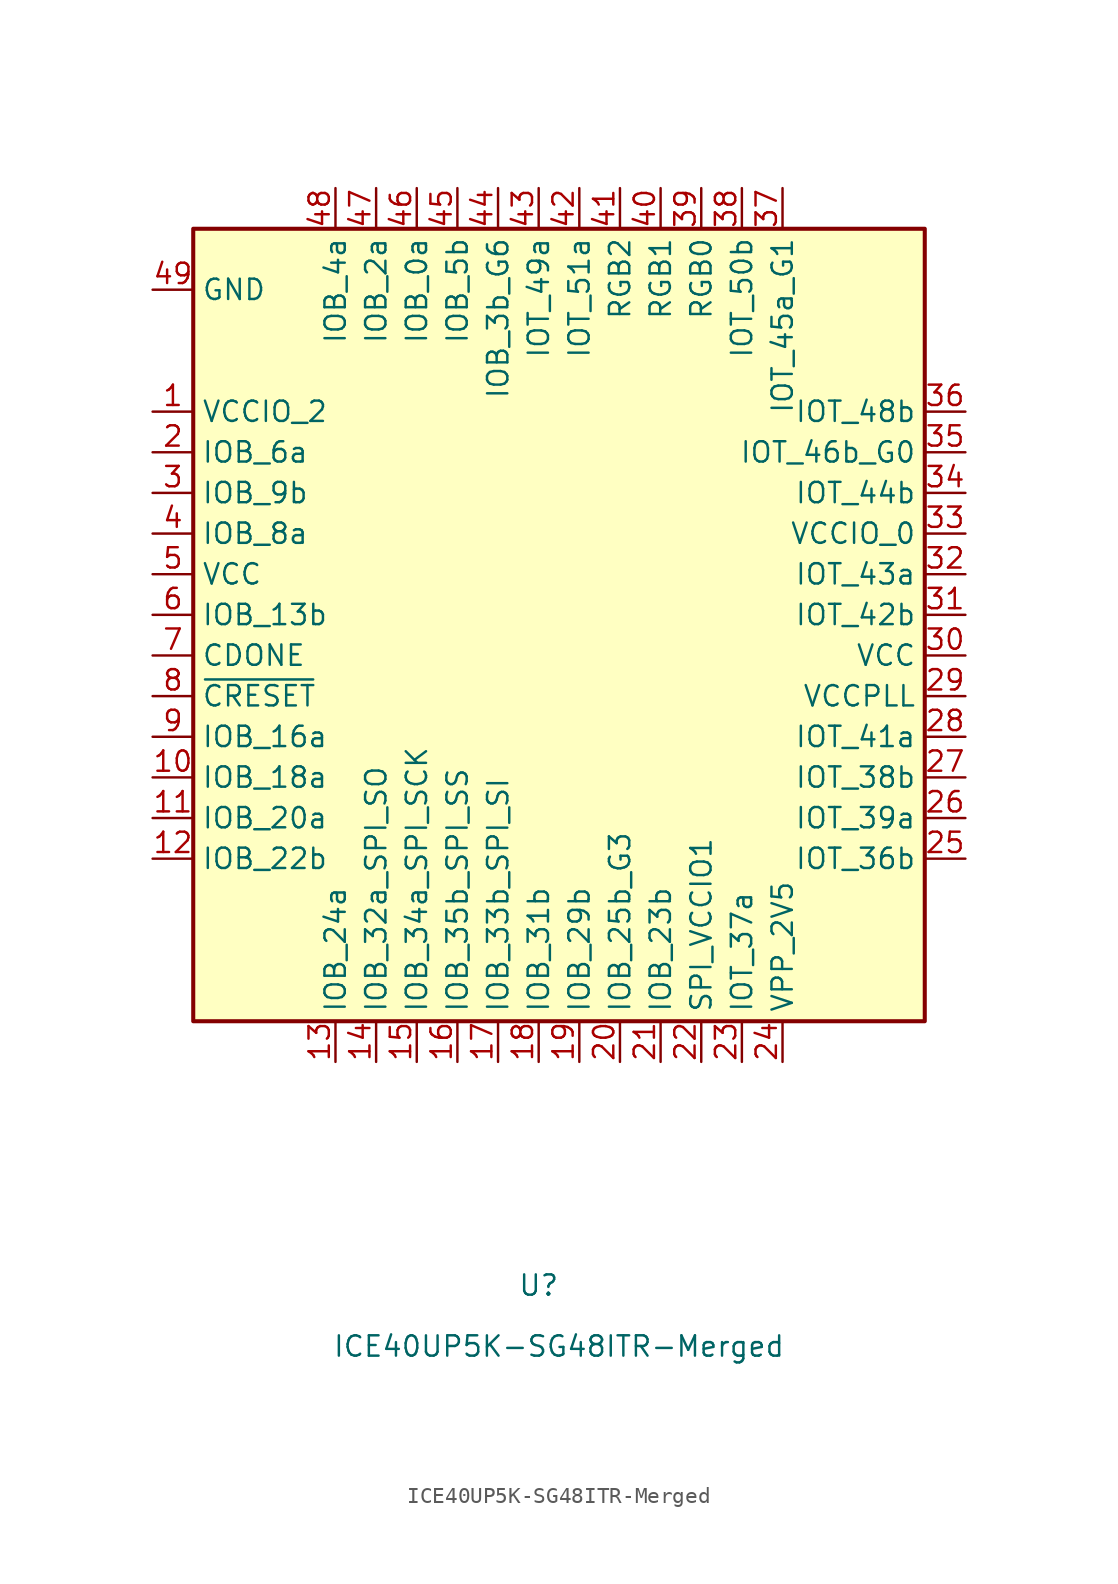
<source format=kicad_sym>
(kicad_symbol_lib
  (version 20201005)
  (generator kicad_symbol_editor)
  (symbol "ICE40UP5K-SG48ITR-Merged"
    (property "Reference" "U"
      (at -1.27 -43.18 0)
      (effects (font (size 1.27 1.27))))
    (property "Value" "ICE40UP5K-SG48ITR-Merged"
      (at 0 -46.99 0)
      (effects (font (size 1.27 1.27))))
    (symbol "ICE40UP5K-SG48ITR-Merged_1_1"
      (rectangle (start -22.86 22.86) (end 22.86 -26.67) (stroke (width 0.254)) (fill (type background)))
      (pin power_in line (at -25.4 11.43 0) (length 2.54) (name "VCCIO_2" (effects (font (size 1.27 1.27)))) (number "1" (effects (font (size 1.27 1.27)))))
      (pin bidirectional line (at -25.4 -11.43 0) (length 2.54) (name "IOB_18a" (effects (font (size 1.27 1.27)))) (number "10" (effects (font (size 1.27 1.27)))))
      (pin bidirectional line (at -25.4 -13.97 0) (length 2.54) (name "IOB_20a" (effects (font (size 1.27 1.27)))) (number "11" (effects (font (size 1.27 1.27)))))
      (pin bidirectional line (at -25.4 -16.51 0) (length 2.54) (name "IOB_22b" (effects (font (size 1.27 1.27)))) (number "12" (effects (font (size 1.27 1.27)))))
      (pin bidirectional line (at -13.97 -29.21 90) (length 2.54) (name "IOB_24a" (effects (font (size 1.27 1.27)))) (number "13" (effects (font (size 1.27 1.27)))))
      (pin bidirectional line (at -11.43 -29.21 90) (length 2.54) (name "IOB_32a_SPI_SO" (effects (font (size 1.27 1.27)))) (number "14" (effects (font (size 1.27 1.27)))))
      (pin bidirectional line (at -8.89 -29.21 90) (length 2.54) (name "IOB_34a_SPI_SCK" (effects (font (size 1.27 1.27)))) (number "15" (effects (font (size 1.27 1.27)))))
      (pin bidirectional line (at -6.35 -29.21 90) (length 2.54) (name "IOB_35b_SPI_SS" (effects (font (size 1.27 1.27)))) (number "16" (effects (font (size 1.27 1.27)))))
      (pin bidirectional line (at -3.81 -29.21 90) (length 2.54) (name "IOB_33b_SPI_SI" (effects (font (size 1.27 1.27)))) (number "17" (effects (font (size 1.27 1.27)))))
      (pin bidirectional line (at -1.27 -29.21 90) (length 2.54) (name "IOB_31b" (effects (font (size 1.27 1.27)))) (number "18" (effects (font (size 1.27 1.27)))))
      (pin bidirectional line (at 1.27 -29.21 90) (length 2.54) (name "IOB_29b" (effects (font (size 1.27 1.27)))) (number "19" (effects (font (size 1.27 1.27)))))
      (pin bidirectional line (at -25.4 8.89 0) (length 2.54) (name "IOB_6a" (effects (font (size 1.27 1.27)))) (number "2" (effects (font (size 1.27 1.27)))))
      (pin bidirectional line (at 3.81 -29.21 90) (length 2.54) (name "IOB_25b_G3" (effects (font (size 1.27 1.27)))) (number "20" (effects (font (size 1.27 1.27)))))
      (pin bidirectional line (at 6.35 -29.21 90) (length 2.54) (name "IOB_23b" (effects (font (size 1.27 1.27)))) (number "21" (effects (font (size 1.27 1.27)))))
      (pin power_in line (at 8.89 -29.21 90) (length 2.54) (name "SPI_VCCIO1" (effects (font (size 1.27 1.27)))) (number "22" (effects (font (size 1.27 1.27)))))
      (pin bidirectional line (at 11.43 -29.21 90) (length 2.54) (name "IOT_37a" (effects (font (size 1.27 1.27)))) (number "23" (effects (font (size 1.27 1.27)))))
      (pin input line (at 13.97 -29.21 90) (length 2.54) (name "VPP_2V5" (effects (font (size 1.27 1.27)))) (number "24" (effects (font (size 1.27 1.27)))))
      (pin bidirectional line (at 25.4 -16.51 180) (length 2.54) (name "IOT_36b" (effects (font (size 1.27 1.27)))) (number "25" (effects (font (size 1.27 1.27)))))
      (pin bidirectional line (at 25.4 -13.97 180) (length 2.54) (name "IOT_39a" (effects (font (size 1.27 1.27)))) (number "26" (effects (font (size 1.27 1.27)))))
      (pin bidirectional line (at 25.4 -11.43 180) (length 2.54) (name "IOT_38b" (effects (font (size 1.27 1.27)))) (number "27" (effects (font (size 1.27 1.27)))))
      (pin bidirectional line (at 25.4 -8.89 180) (length 2.54) (name "IOT_41a" (effects (font (size 1.27 1.27)))) (number "28" (effects (font (size 1.27 1.27)))))
      (pin power_out line (at 25.4 -6.35 180) (length 2.54) (name "VCCPLL" (effects (font (size 1.27 1.27)))) (number "29" (effects (font (size 1.27 1.27)))))
      (pin bidirectional line (at -25.4 6.35 0) (length 2.54) (name "IOB_9b" (effects (font (size 1.27 1.27)))) (number "3" (effects (font (size 1.27 1.27)))))
      (pin passive line (at 25.4 -3.81 180) (length 2.54) (name "VCC" (effects (font (size 1.27 1.27)))) (number "30" (effects (font (size 1.27 1.27)))))
      (pin bidirectional line (at 25.4 -1.27 180) (length 2.54) (name "IOT_42b" (effects (font (size 1.27 1.27)))) (number "31" (effects (font (size 1.27 1.27)))))
      (pin bidirectional line (at 25.4 1.27 180) (length 2.54) (name "IOT_43a" (effects (font (size 1.27 1.27)))) (number "32" (effects (font (size 1.27 1.27)))))
      (pin power_in line (at 25.4 3.81 180) (length 2.54) (name "VCCIO_0" (effects (font (size 1.27 1.27)))) (number "33" (effects (font (size 1.27 1.27)))))
      (pin bidirectional line (at 25.4 6.35 180) (length 2.54) (name "IOT_44b" (effects (font (size 1.27 1.27)))) (number "34" (effects (font (size 1.27 1.27)))))
      (pin bidirectional line (at 25.4 8.89 180) (length 2.54) (name "IOT_46b_G0" (effects (font (size 1.27 1.27)))) (number "35" (effects (font (size 1.27 1.27)))))
      (pin bidirectional line (at 25.4 11.43 180) (length 2.54) (name "IOT_48b" (effects (font (size 1.27 1.27)))) (number "36" (effects (font (size 1.27 1.27)))))
      (pin bidirectional line (at 13.97 25.4 270) (length 2.54) (name "IOT_45a_G1" (effects (font (size 1.27 1.27)))) (number "37" (effects (font (size 1.27 1.27)))))
      (pin bidirectional line (at 11.43 25.4 270) (length 2.54) (name "IOT_50b" (effects (font (size 1.27 1.27)))) (number "38" (effects (font (size 1.27 1.27)))))
      (pin open_collector line (at 8.89 25.4 270) (length 2.54) (name "RGB0" (effects (font (size 1.27 1.27)))) (number "39" (effects (font (size 1.27 1.27)))))
      (pin bidirectional line (at -25.4 3.81 0) (length 2.54) (name "IOB_8a" (effects (font (size 1.27 1.27)))) (number "4" (effects (font (size 1.27 1.27)))))
      (pin open_collector line (at 6.35 25.4 270) (length 2.54) (name "RGB1" (effects (font (size 1.27 1.27)))) (number "40" (effects (font (size 1.27 1.27)))))
      (pin open_collector line (at 3.81 25.4 270) (length 2.54) (name "RGB2" (effects (font (size 1.27 1.27)))) (number "41" (effects (font (size 1.27 1.27)))))
      (pin bidirectional line (at 1.27 25.4 270) (length 2.54) (name "IOT_51a" (effects (font (size 1.27 1.27)))) (number "42" (effects (font (size 1.27 1.27)))))
      (pin bidirectional line (at -1.27 25.4 270) (length 2.54) (name "IOT_49a" (effects (font (size 1.27 1.27)))) (number "43" (effects (font (size 1.27 1.27)))))
      (pin bidirectional line (at -3.81 25.4 270) (length 2.54) (name "IOB_3b_G6" (effects (font (size 1.27 1.27)))) (number "44" (effects (font (size 1.27 1.27)))))
      (pin bidirectional line (at -6.35 25.4 270) (length 2.54) (name "IOB_5b" (effects (font (size 1.27 1.27)))) (number "45" (effects (font (size 1.27 1.27)))))
      (pin bidirectional line (at -8.89 25.4 270) (length 2.54) (name "IOB_0a" (effects (font (size 1.27 1.27)))) (number "46" (effects (font (size 1.27 1.27)))))
      (pin bidirectional line (at -11.43 25.4 270) (length 2.54) (name "IOB_2a" (effects (font (size 1.27 1.27)))) (number "47" (effects (font (size 1.27 1.27)))))
      (pin bidirectional line (at -13.97 25.4 270) (length 2.54) (name "IOB_4a" (effects (font (size 1.27 1.27)))) (number "48" (effects (font (size 1.27 1.27)))))
      (pin power_in line (at -25.4 19.05 0) (length 2.54) (name "GND" (effects (font (size 1.27 1.27)))) (number "49" (effects (font (size 1.27 1.27)))))
      (pin power_in line (at -25.4 1.27 0) (length 2.54) (name "VCC" (effects (font (size 1.27 1.27)))) (number "5" (effects (font (size 1.27 1.27)))))
      (pin bidirectional line (at -25.4 -1.27 0) (length 2.54) (name "IOB_13b" (effects (font (size 1.27 1.27)))) (number "6" (effects (font (size 1.27 1.27)))))
      (pin open_collector line (at -25.4 -3.81 0) (length 2.54) (name "CDONE" (effects (font (size 1.27 1.27)))) (number "7" (effects (font (size 1.27 1.27)))))
      (pin input line (at -25.4 -6.35 0) (length 2.54) (name "~CRESET" (effects (font (size 1.27 1.27)))) (number "8" (effects (font (size 1.27 1.27)))))
      (pin bidirectional line (at -25.4 -8.89 0) (length 2.54) (name "IOB_16a" (effects (font (size 1.27 1.27)))) (number "9" (effects (font (size 1.27 1.27))))))))
</source>
